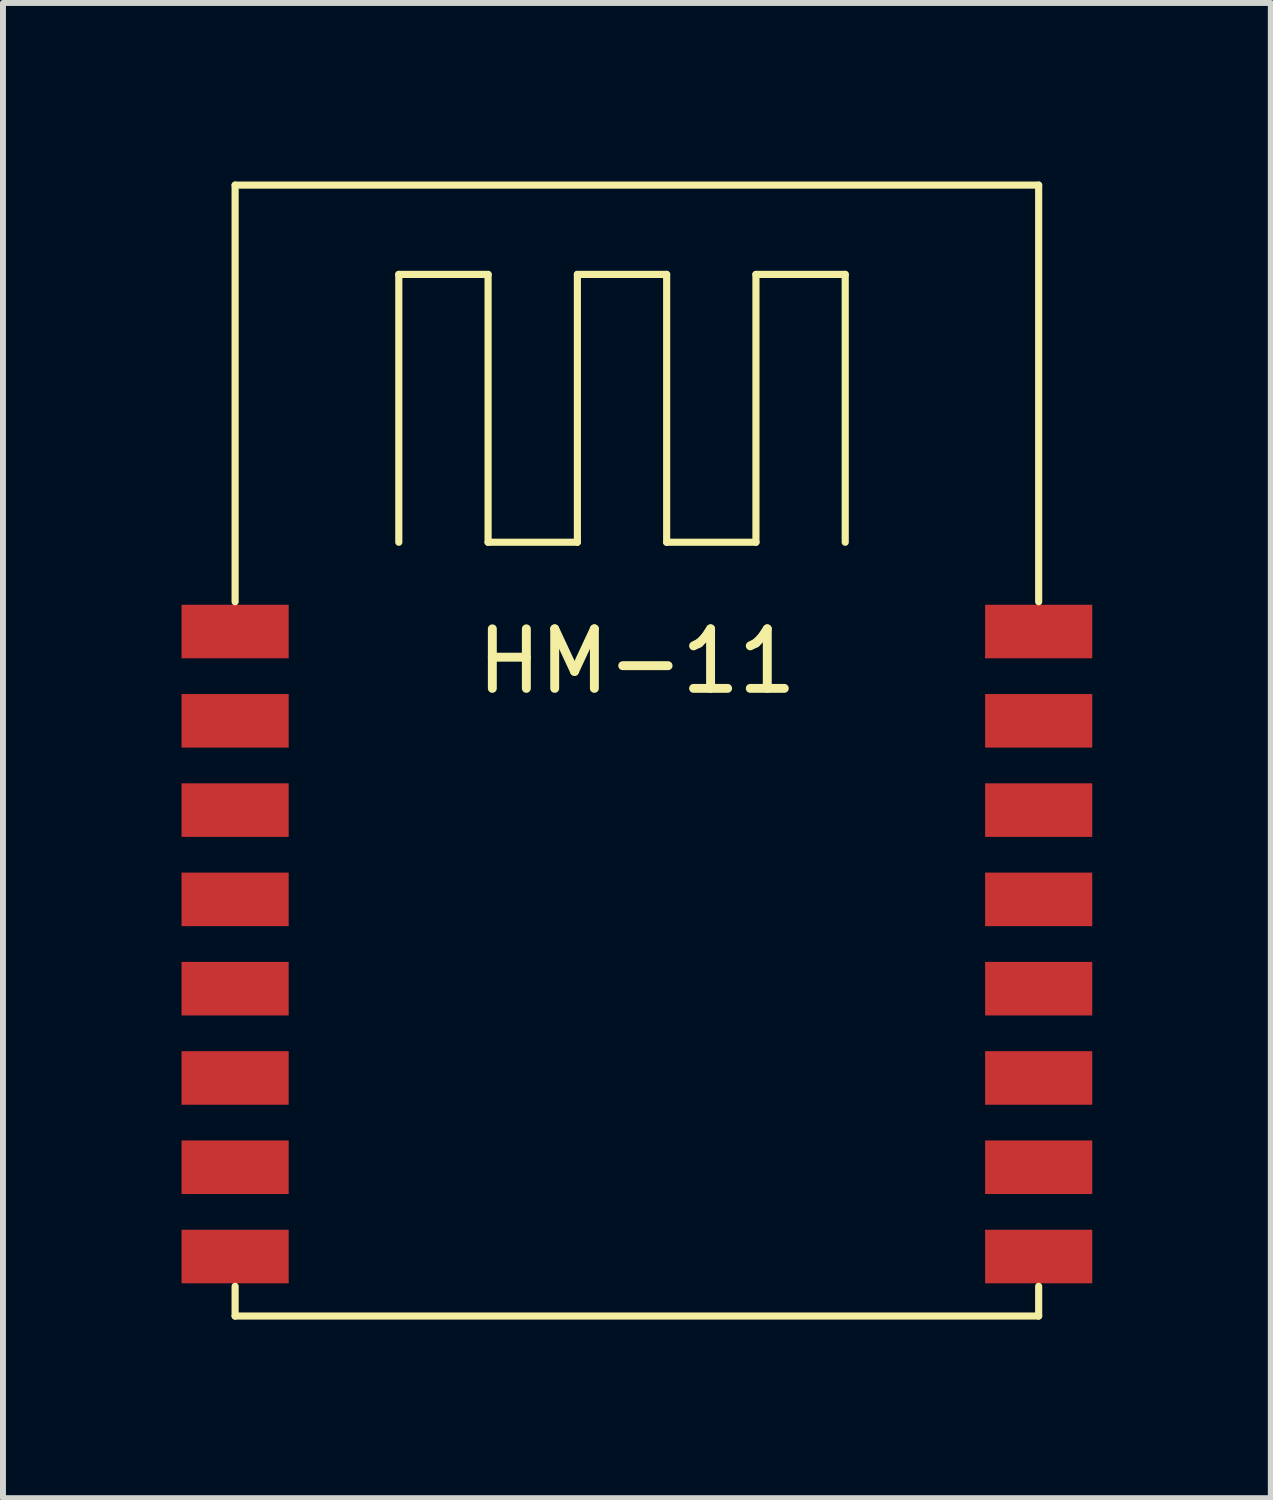
<source format=kicad_pcb>
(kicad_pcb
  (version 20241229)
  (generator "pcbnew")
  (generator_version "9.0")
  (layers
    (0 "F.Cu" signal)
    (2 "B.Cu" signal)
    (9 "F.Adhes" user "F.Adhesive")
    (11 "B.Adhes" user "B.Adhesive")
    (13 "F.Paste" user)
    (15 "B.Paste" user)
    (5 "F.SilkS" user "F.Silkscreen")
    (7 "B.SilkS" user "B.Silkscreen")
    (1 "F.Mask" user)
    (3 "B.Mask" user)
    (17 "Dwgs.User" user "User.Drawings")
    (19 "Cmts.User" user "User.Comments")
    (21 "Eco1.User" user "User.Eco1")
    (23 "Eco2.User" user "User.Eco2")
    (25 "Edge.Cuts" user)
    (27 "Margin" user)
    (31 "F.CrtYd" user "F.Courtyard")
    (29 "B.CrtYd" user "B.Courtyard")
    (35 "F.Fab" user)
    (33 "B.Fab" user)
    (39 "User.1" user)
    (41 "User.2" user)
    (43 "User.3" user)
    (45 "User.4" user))
  (footprint "HM-11"
    (layer "F.Cu")
    (at 7.65 7.56)
    (property "Reference" "HM-11" (at 0 0.5 0) (layer "F.SilkS") (effects (font (size 1 1) (thickness 0.15))))
    (attr through_hole)
    (fp_line (start -6.75 -7.5) (end 6.75 -7.5) (stroke (width 0.12) (type solid)) (layer "F.SilkS"))
    (fp_line (start -6.75 -0.5) (end -6.75 -7.5) (stroke (width 0.12) (type solid)) (layer "F.SilkS"))
    (fp_line (start -6.75 11.5) (end -6.75 11) (stroke (width 0.12) (type solid)) (layer "F.SilkS"))
    (fp_line (start -6.75 11.5) (end 6.75 11.5) (stroke (width 0.12) (type solid)) (layer "F.SilkS"))
    (fp_line (start -4 -6) (end -2.5 -6) (stroke (width 0.12) (type solid)) (layer "F.SilkS"))
    (fp_line (start -4 -1.5) (end -4 -6) (stroke (width 0.12) (type solid)) (layer "F.SilkS"))
    (fp_line (start -2.5 -6) (end -2.5 -1.5) (stroke (width 0.12) (type solid)) (layer "F.SilkS"))
    (fp_line (start -2.5 -1.5) (end -1 -1.5) (stroke (width 0.12) (type solid)) (layer "F.SilkS"))
    (fp_line (start -1 -6) (end 0.5 -6) (stroke (width 0.12) (type solid)) (layer "F.SilkS"))
    (fp_line (start -1 -1.5) (end -1 -6) (stroke (width 0.12) (type solid)) (layer "F.SilkS"))
    (fp_line (start 0.5 -6) (end 0.5 -1.5) (stroke (width 0.12) (type solid)) (layer "F.SilkS"))
    (fp_line (start 0.5 -1.5) (end 2 -1.5) (stroke (width 0.12) (type solid)) (layer "F.SilkS"))
    (fp_line (start 2 -6) (end 3.5 -6) (stroke (width 0.12) (type solid)) (layer "F.SilkS"))
    (fp_line (start 2 -1.5) (end 2 -6) (stroke (width 0.12) (type solid)) (layer "F.SilkS"))
    (fp_line (start 3.5 -6) (end 3.5 -1.5) (stroke (width 0.12) (type solid)) (layer "F.SilkS"))
    (fp_line (start 6.75 -7.5) (end 6.75 -0.5) (stroke (width 0.12) (type solid)) (layer "F.SilkS"))
    (fp_line (start 6.75 11.5) (end 6.75 11) (stroke (width 0.12) (type solid)) (layer "F.SilkS"))
    (pad "1" smd rect (at -6.75 0) (size 1.8 0.9) (layers "F.Cu" "F.Mask" "F.Paste"))
    (pad "2" smd rect (at -6.75 1.5) (size 1.8 0.9) (layers "F.Cu" "F.Mask" "F.Paste"))
    (pad "3" smd rect (at -6.75 3) (size 1.8 0.9) (layers "F.Cu" "F.Mask" "F.Paste"))
    (pad "4" smd rect (at -6.75 4.5) (size 1.8 0.9) (layers "F.Cu" "F.Mask" "F.Paste"))
    (pad "5" smd rect (at -6.75 6) (size 1.8 0.9) (layers "F.Cu" "F.Mask" "F.Paste"))
    (pad "6" smd rect (at -6.75 7.5) (size 1.8 0.9) (layers "F.Cu" "F.Mask" "F.Paste"))
    (pad "7" smd rect (at -6.75 9) (size 1.8 0.9) (layers "F.Cu" "F.Mask" "F.Paste"))
    (pad "8" smd rect (at -6.75 10.5) (size 1.8 0.9) (layers "F.Cu" "F.Mask" "F.Paste"))
    (pad "9" smd rect (at 6.75 0 180) (size 1.8 0.9) (layers "F.Cu" "F.Mask" "F.Paste"))
    (pad "10" smd rect (at 6.75 1.5 180) (size 1.8 0.9) (layers "F.Cu" "F.Mask" "F.Paste"))
    (pad "11" smd rect (at 6.75 3 180) (size 1.8 0.9) (layers "F.Cu" "F.Mask" "F.Paste"))
    (pad "12" smd rect (at 6.75 4.5 180) (size 1.8 0.9) (layers "F.Cu" "F.Mask" "F.Paste"))
    (pad "13" smd rect (at 6.75 6 180) (size 1.8 0.9) (layers "F.Cu" "F.Mask" "F.Paste"))
    (pad "14" smd rect (at 6.75 7.5 180) (size 1.8 0.9) (layers "F.Cu" "F.Mask" "F.Paste"))
    (pad "15" smd rect (at 6.75 9 180) (size 1.8 0.9) (layers "F.Cu" "F.Mask" "F.Paste"))
    (pad "16" smd rect (at 6.75 10.5 180) (size 1.8 0.9) (layers "F.Cu" "F.Mask" "F.Paste")))
  (gr_rect
    (start -3 -3)
    (end 18.3 22.12)
    (stroke (width 0.1) (type default))
    (fill no)
    (layer "Edge.Cuts")))
</source>
